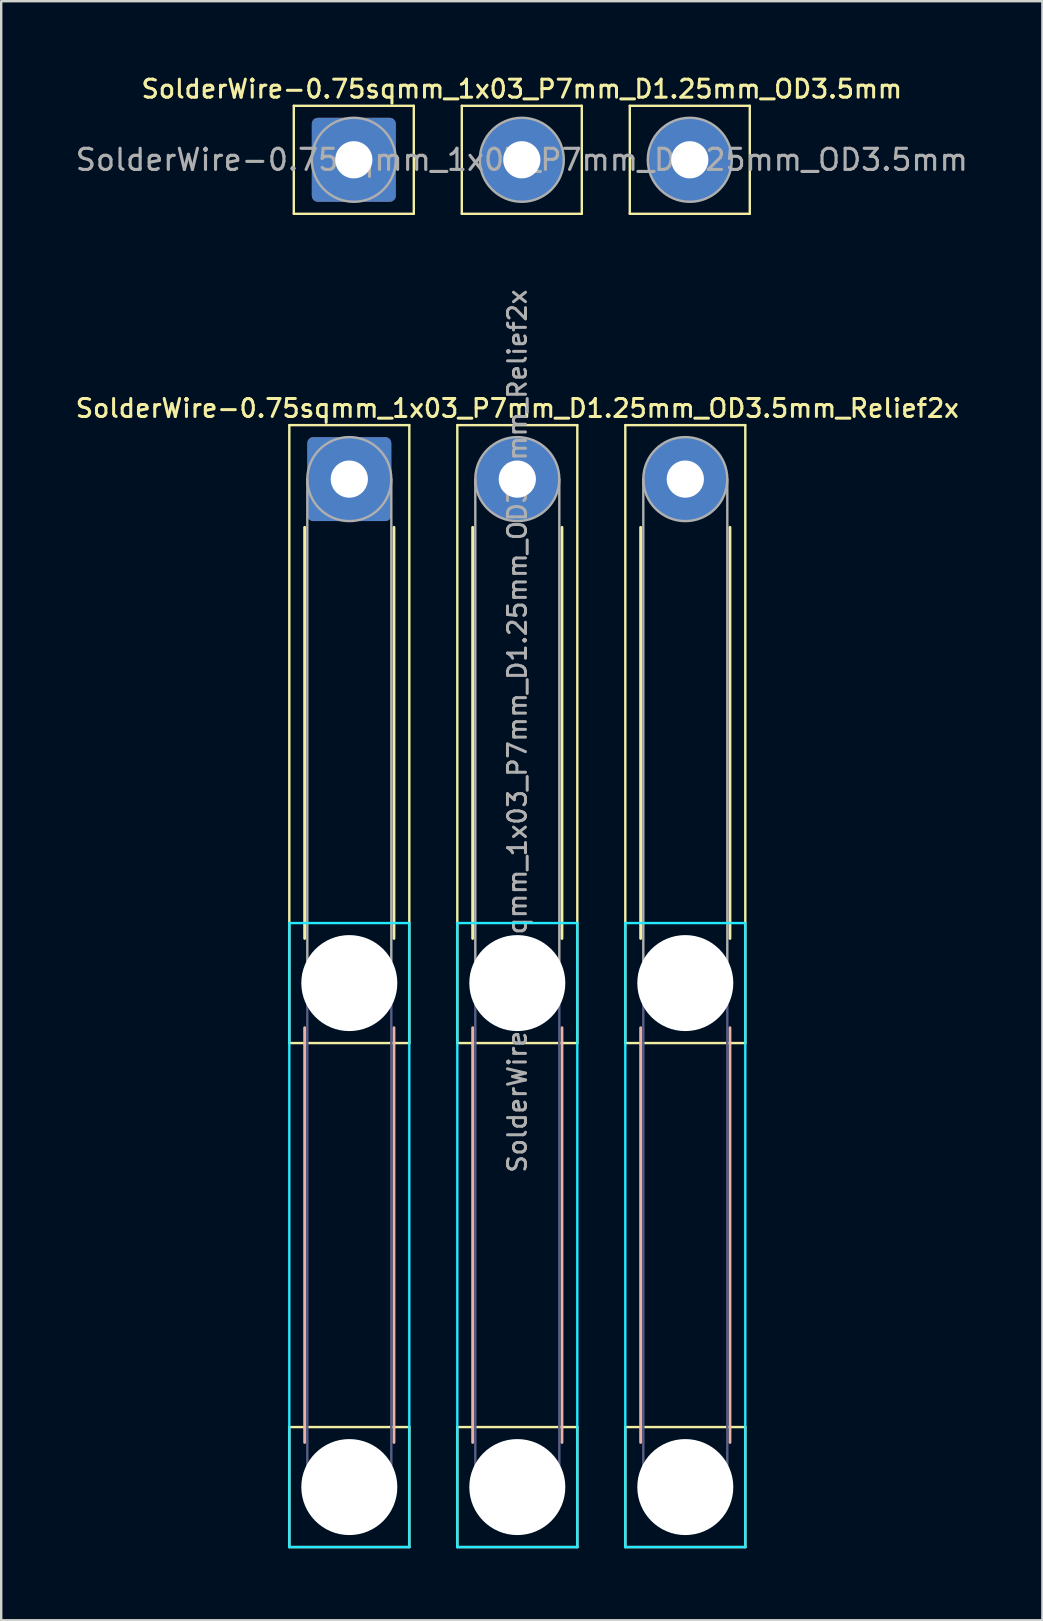
<source format=kicad_pcb>
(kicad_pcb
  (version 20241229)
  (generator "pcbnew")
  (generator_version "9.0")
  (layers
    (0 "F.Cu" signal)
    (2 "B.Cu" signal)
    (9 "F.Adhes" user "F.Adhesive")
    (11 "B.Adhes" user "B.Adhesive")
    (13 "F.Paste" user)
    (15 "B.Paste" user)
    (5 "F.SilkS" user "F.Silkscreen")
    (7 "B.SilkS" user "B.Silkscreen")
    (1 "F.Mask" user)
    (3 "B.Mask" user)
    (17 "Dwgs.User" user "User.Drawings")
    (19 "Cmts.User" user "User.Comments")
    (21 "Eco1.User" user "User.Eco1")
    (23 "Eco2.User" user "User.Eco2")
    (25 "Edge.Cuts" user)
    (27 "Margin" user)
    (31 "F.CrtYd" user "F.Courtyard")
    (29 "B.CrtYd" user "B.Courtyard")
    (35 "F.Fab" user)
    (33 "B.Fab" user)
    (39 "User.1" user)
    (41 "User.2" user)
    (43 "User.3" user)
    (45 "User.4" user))
  (footprint "SolderWire-0.75sqmm_1x03_P7mm_D1.25mm_OD3.5mm"
    (layer "F.Cu")
    (at 11.692 3.608)
    (property "Reference" "SolderWire-0.75sqmm_1x03_P7mm_D1.25mm_OD3.5mm" (at 7 -2.95 0) (layer "F.SilkS") (effects (font (size 0.75 0.75) (thickness 0.125))))
    (attr exclude_from_pos_files exclude_from_bom)
    (fp_line (start -2.5 -2.25) (end -2.5 2.25) (stroke (width 0.1) (type solid)) (layer "F.SilkS"))
    (fp_line (start -2.5 2.25) (end 2.5 2.25) (stroke (width 0.1) (type solid)) (layer "F.SilkS"))
    (fp_line (start 2.5 -2.25) (end -2.5 -2.25) (stroke (width 0.1) (type solid)) (layer "F.SilkS"))
    (fp_line (start 2.5 2.25) (end 2.5 -2.25) (stroke (width 0.1) (type solid)) (layer "F.SilkS"))
    (fp_line (start 4.5 -2.25) (end 4.5 2.25) (stroke (width 0.1) (type solid)) (layer "F.SilkS"))
    (fp_line (start 4.5 2.25) (end 9.5 2.25) (stroke (width 0.1) (type solid)) (layer "F.SilkS"))
    (fp_line (start 9.5 -2.25) (end 4.5 -2.25) (stroke (width 0.1) (type solid)) (layer "F.SilkS"))
    (fp_line (start 9.5 2.25) (end 9.5 -2.25) (stroke (width 0.1) (type solid)) (layer "F.SilkS"))
    (fp_line (start 11.5 -2.25) (end 11.5 2.25) (stroke (width 0.1) (type solid)) (layer "F.SilkS"))
    (fp_line (start 11.5 2.25) (end 16.5 2.25) (stroke (width 0.1) (type solid)) (layer "F.SilkS"))
    (fp_line (start 16.5 -2.25) (end 11.5 -2.25) (stroke (width 0.1) (type solid)) (layer "F.SilkS"))
    (fp_line (start 16.5 2.25) (end 16.5 -2.25) (stroke (width 0.1) (type solid)) (layer "F.SilkS"))
    (fp_circle (center 0 0) (end 1.75 0) (stroke (width 0.1) (type solid)) (fill no) (layer "F.Fab"))
    (fp_circle (center 7 0) (end 8.75 0) (stroke (width 0.1) (type solid)) (fill no) (layer "F.Fab"))
    (fp_circle (center 14 0) (end 15.75 0) (stroke (width 0.1) (type solid)) (fill no) (layer "F.Fab"))
    (fp_text user "${REFERENCE}" (at 7 0 0) (layer "F.Fab") (effects (font (size 0.88 0.88) (thickness 0.13))))
    (pad "1" thru_hole roundrect (at 0 0) (size 3.5 3.5) (drill 1.55) (layers "*.Cu" "*.Mask") (roundrect_rratio 0.071))
    (pad "2" thru_hole circle (at 7 0) (size 3.5 3.5) (drill 1.55) (layers "*.Cu" "*.Mask"))
    (pad "3" thru_hole circle (at 14 0) (size 3.5 3.5) (drill 1.55) (layers "*.Cu" "*.Mask")))
  (footprint "SolderWire-0.75sqmm_1x03_P7mm_D1.25mm_OD3.5mm_Relief2x"
    (layer "F.Cu")
    (at 11.505 16.913)
    (property "Reference" "SolderWire-0.75sqmm_1x03_P7mm_D1.25mm_OD3.5mm_Relief2x" (at 7 -2.95 0) (layer "F.SilkS") (effects (font (size 0.75 0.75) (thickness 0.125))))
    (attr exclude_from_pos_files exclude_from_bom)
    (fp_line (start -2.5 -2.25) (end -2.5 23.5) (stroke (width 0.1) (type solid)) (layer "F.SilkS"))
    (fp_line (start -2.5 23.5) (end 2.5 23.5) (stroke (width 0.1) (type solid)) (layer "F.SilkS"))
    (fp_line (start -2.5 39.5) (end -2.5 44.5) (stroke (width 0.1) (type solid)) (layer "F.SilkS"))
    (fp_line (start -2.5 44.5) (end 2.5 44.5) (stroke (width 0.1) (type solid)) (layer "F.SilkS"))
    (fp_line (start -1.86 2.01) (end -1.86 19.14) (stroke (width 0.12) (type solid)) (layer "F.SilkS"))
    (fp_line (start 1.86 2.01) (end 1.86 19.14) (stroke (width 0.12) (type solid)) (layer "F.SilkS"))
    (fp_line (start 2.5 -2.25) (end -2.5 -2.25) (stroke (width 0.1) (type solid)) (layer "F.SilkS"))
    (fp_line (start 2.5 23.5) (end 2.5 -2.25) (stroke (width 0.1) (type solid)) (layer "F.SilkS"))
    (fp_line (start 2.5 39.5) (end -2.5 39.5) (stroke (width 0.1) (type solid)) (layer "F.SilkS"))
    (fp_line (start 2.5 44.5) (end 2.5 39.5) (stroke (width 0.1) (type solid)) (layer "F.SilkS"))
    (fp_line (start 4.5 -2.25) (end 4.5 23.5) (stroke (width 0.1) (type solid)) (layer "F.SilkS"))
    (fp_line (start 4.5 23.5) (end 9.5 23.5) (stroke (width 0.1) (type solid)) (layer "F.SilkS"))
    (fp_line (start 4.5 39.5) (end 4.5 44.5) (stroke (width 0.1) (type solid)) (layer "F.SilkS"))
    (fp_line (start 4.5 44.5) (end 9.5 44.5) (stroke (width 0.1) (type solid)) (layer "F.SilkS"))
    (fp_line (start 5.14 2.01) (end 5.14 19.14) (stroke (width 0.12) (type solid)) (layer "F.SilkS"))
    (fp_line (start 8.86 2.01) (end 8.86 19.14) (stroke (width 0.12) (type solid)) (layer "F.SilkS"))
    (fp_line (start 9.5 -2.25) (end 4.5 -2.25) (stroke (width 0.1) (type solid)) (layer "F.SilkS"))
    (fp_line (start 9.5 23.5) (end 9.5 -2.25) (stroke (width 0.1) (type solid)) (layer "F.SilkS"))
    (fp_line (start 9.5 39.5) (end 4.5 39.5) (stroke (width 0.1) (type solid)) (layer "F.SilkS"))
    (fp_line (start 9.5 44.5) (end 9.5 39.5) (stroke (width 0.1) (type solid)) (layer "F.SilkS"))
    (fp_line (start 11.5 -2.25) (end 11.5 23.5) (stroke (width 0.1) (type solid)) (layer "F.SilkS"))
    (fp_line (start 11.5 23.5) (end 16.5 23.5) (stroke (width 0.1) (type solid)) (layer "F.SilkS"))
    (fp_line (start 11.5 39.5) (end 11.5 44.5) (stroke (width 0.1) (type solid)) (layer "F.SilkS"))
    (fp_line (start 11.5 44.5) (end 16.5 44.5) (stroke (width 0.1) (type solid)) (layer "F.SilkS"))
    (fp_line (start 12.14 2.01) (end 12.14 19.14) (stroke (width 0.12) (type solid)) (layer "F.SilkS"))
    (fp_line (start 15.86 2.01) (end 15.86 19.14) (stroke (width 0.12) (type solid)) (layer "F.SilkS"))
    (fp_line (start 16.5 -2.25) (end 11.5 -2.25) (stroke (width 0.1) (type solid)) (layer "F.SilkS"))
    (fp_line (start 16.5 23.5) (end 16.5 -2.25) (stroke (width 0.1) (type solid)) (layer "F.SilkS"))
    (fp_line (start 16.5 39.5) (end 11.5 39.5) (stroke (width 0.1) (type solid)) (layer "F.SilkS"))
    (fp_line (start 16.5 44.5) (end 16.5 39.5) (stroke (width 0.1) (type solid)) (layer "F.SilkS"))
    (fp_line (start -1.86 22.86) (end -1.86 40.14) (stroke (width 0.12) (type solid)) (layer "B.SilkS"))
    (fp_line (start 1.86 22.86) (end 1.86 40.14) (stroke (width 0.12) (type solid)) (layer "B.SilkS"))
    (fp_line (start 5.14 22.86) (end 5.14 40.14) (stroke (width 0.12) (type solid)) (layer "B.SilkS"))
    (fp_line (start 8.86 22.86) (end 8.86 40.14) (stroke (width 0.12) (type solid)) (layer "B.SilkS"))
    (fp_line (start 12.14 22.86) (end 12.14 40.14) (stroke (width 0.12) (type solid)) (layer "B.SilkS"))
    (fp_line (start 15.86 22.86) (end 15.86 40.14) (stroke (width 0.12) (type solid)) (layer "B.SilkS"))
    (fp_line (start -2.5 18.5) (end -2.5 44.5) (stroke (width 0.1) (type solid)) (layer "B.CrtYd"))
    (fp_line (start -2.5 44.5) (end 2.5 44.5) (stroke (width 0.1) (type solid)) (layer "B.CrtYd"))
    (fp_line (start 2.5 18.5) (end -2.5 18.5) (stroke (width 0.1) (type solid)) (layer "B.CrtYd"))
    (fp_line (start 2.5 44.5) (end 2.5 18.5) (stroke (width 0.1) (type solid)) (layer "B.CrtYd"))
    (fp_line (start 4.5 18.5) (end 4.5 44.5) (stroke (width 0.1) (type solid)) (layer "B.CrtYd"))
    (fp_line (start 4.5 44.5) (end 9.5 44.5) (stroke (width 0.1) (type solid)) (layer "B.CrtYd"))
    (fp_line (start 9.5 18.5) (end 4.5 18.5) (stroke (width 0.1) (type solid)) (layer "B.CrtYd"))
    (fp_line (start 9.5 44.5) (end 9.5 18.5) (stroke (width 0.1) (type solid)) (layer "B.CrtYd"))
    (fp_line (start 11.5 18.5) (end 11.5 44.5) (stroke (width 0.1) (type solid)) (layer "B.CrtYd"))
    (fp_line (start 11.5 44.5) (end 16.5 44.5) (stroke (width 0.1) (type solid)) (layer "B.CrtYd"))
    (fp_line (start 16.5 18.5) (end 11.5 18.5) (stroke (width 0.1) (type solid)) (layer "B.CrtYd"))
    (fp_line (start 16.5 44.5) (end 16.5 18.5) (stroke (width 0.1) (type solid)) (layer "B.CrtYd"))
    (fp_line (start -1.75 21) (end -1.75 42) (stroke (width 0.1) (type solid)) (layer "B.Fab"))
    (fp_line (start 1.75 21) (end 1.75 42) (stroke (width 0.1) (type solid)) (layer "B.Fab"))
    (fp_line (start 5.25 21) (end 5.25 42) (stroke (width 0.1) (type solid)) (layer "B.Fab"))
    (fp_line (start 8.75 21) (end 8.75 42) (stroke (width 0.1) (type solid)) (layer "B.Fab"))
    (fp_line (start 12.25 21) (end 12.25 42) (stroke (width 0.1) (type solid)) (layer "B.Fab"))
    (fp_line (start 15.75 21) (end 15.75 42) (stroke (width 0.1) (type solid)) (layer "B.Fab"))
    (fp_circle (center 0 21) (end 1.75 21) (stroke (width 0.1) (type solid)) (fill no) (layer "B.Fab"))
    (fp_circle (center 0 42) (end 1.75 42) (stroke (width 0.1) (type solid)) (fill no) (layer "B.Fab"))
    (fp_circle (center 7 21) (end 8.75 21) (stroke (width 0.1) (type solid)) (fill no) (layer "B.Fab"))
    (fp_circle (center 7 42) (end 8.75 42) (stroke (width 0.1) (type solid)) (fill no) (layer "B.Fab"))
    (fp_circle (center 14 21) (end 15.75 21) (stroke (width 0.1) (type solid)) (fill no) (layer "B.Fab"))
    (fp_circle (center 14 42) (end 15.75 42) (stroke (width 0.1) (type solid)) (fill no) (layer "B.Fab"))
    (fp_line (start -1.75 0) (end -1.75 21) (stroke (width 0.1) (type solid)) (layer "F.Fab"))
    (fp_line (start 1.75 0) (end 1.75 21) (stroke (width 0.1) (type solid)) (layer "F.Fab"))
    (fp_line (start 5.25 0) (end 5.25 21) (stroke (width 0.1) (type solid)) (layer "F.Fab"))
    (fp_line (start 8.75 0) (end 8.75 21) (stroke (width 0.1) (type solid)) (layer "F.Fab"))
    (fp_line (start 12.25 0) (end 12.25 21) (stroke (width 0.1) (type solid)) (layer "F.Fab"))
    (fp_line (start 15.75 0) (end 15.75 21) (stroke (width 0.1) (type solid)) (layer "F.Fab"))
    (fp_circle (center 0 0) (end 1.75 0) (stroke (width 0.1) (type solid)) (fill no) (layer "F.Fab"))
    (fp_circle (center 0 21) (end 1.75 21) (stroke (width 0.1) (type solid)) (fill no) (layer "F.Fab"))
    (fp_circle (center 0 42) (end 1.75 42) (stroke (width 0.1) (type solid)) (fill no) (layer "F.Fab"))
    (fp_circle (center 7 0) (end 8.75 0) (stroke (width 0.1) (type solid)) (fill no) (layer "F.Fab"))
    (fp_circle (center 7 21) (end 8.75 21) (stroke (width 0.1) (type solid)) (fill no) (layer "F.Fab"))
    (fp_circle (center 7 42) (end 8.75 42) (stroke (width 0.1) (type solid)) (fill no) (layer "F.Fab"))
    (fp_circle (center 14 0) (end 15.75 0) (stroke (width 0.1) (type solid)) (fill no) (layer "F.Fab"))
    (fp_circle (center 14 21) (end 15.75 21) (stroke (width 0.1) (type solid)) (fill no) (layer "F.Fab"))
    (fp_circle (center 14 42) (end 15.75 42) (stroke (width 0.1) (type solid)) (fill no) (layer "F.Fab"))
    (fp_text user "${REFERENCE}" (at 7 10.5 90) (layer "F.Fab") (effects (font (size 0.75 0.75) (thickness 0.125))))
    (pad "" np_thru_hole circle (at 0 21) (size 4 4) (drill 4) (layers "*.Cu" "*.Mask"))
    (pad "" np_thru_hole circle (at 0 42) (size 4 4) (drill 4) (layers "*.Cu" "*.Mask"))
    (pad "" np_thru_hole circle (at 7 21) (size 4 4) (drill 4) (layers "*.Cu" "*.Mask"))
    (pad "" np_thru_hole circle (at 7 42) (size 4 4) (drill 4) (layers "*.Cu" "*.Mask"))
    (pad "" np_thru_hole circle (at 14 21) (size 4 4) (drill 4) (layers "*.Cu" "*.Mask"))
    (pad "" np_thru_hole circle (at 14 42) (size 4 4) (drill 4) (layers "*.Cu" "*.Mask"))
    (pad "1" thru_hole roundrect (at 0 0) (size 3.5 3.5) (drill 1.55) (layers "*.Cu" "*.Mask") (roundrect_rratio 0.071))
    (pad "2" thru_hole circle (at 7 0) (size 3.5 3.5) (drill 1.55) (layers "*.Cu" "*.Mask"))
    (pad "3" thru_hole circle (at 14 0) (size 3.5 3.5) (drill 1.55) (layers "*.Cu" "*.Mask")))
  (gr_rect
    (start -3 -3)
    (end 40.384 64.463)
    (stroke (width 0.1) (type default))
    (fill no)
    (layer "Edge.Cuts")))
</source>
